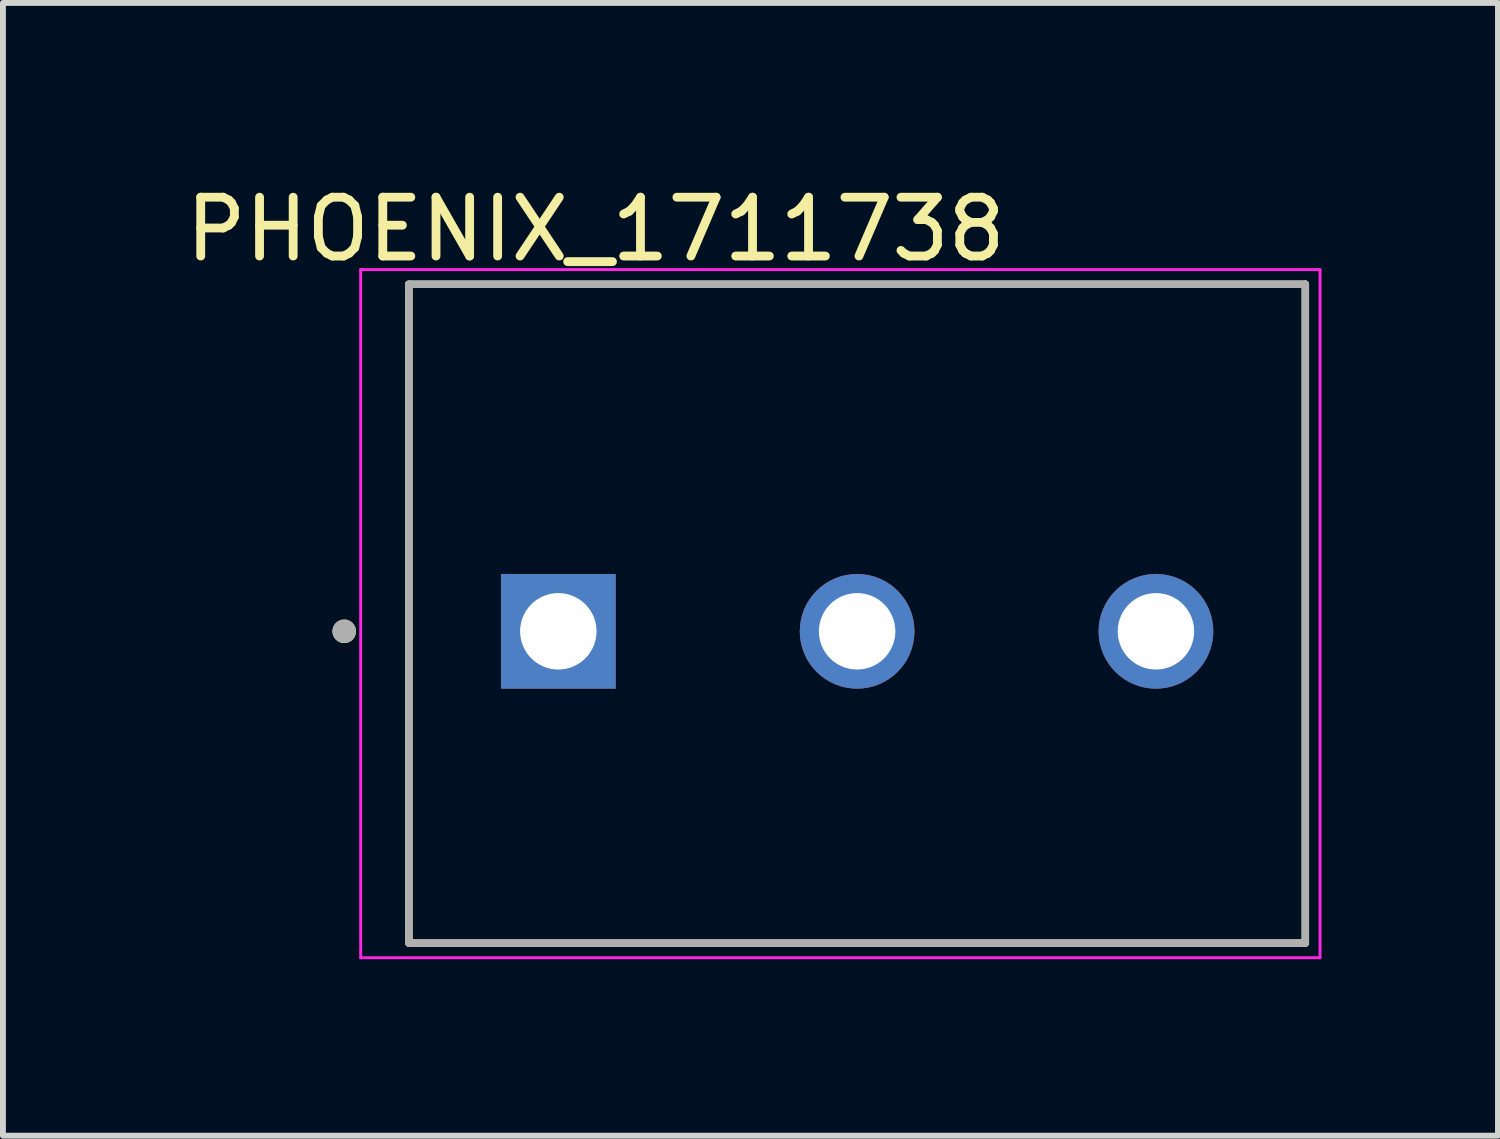
<source format=kicad_pcb>
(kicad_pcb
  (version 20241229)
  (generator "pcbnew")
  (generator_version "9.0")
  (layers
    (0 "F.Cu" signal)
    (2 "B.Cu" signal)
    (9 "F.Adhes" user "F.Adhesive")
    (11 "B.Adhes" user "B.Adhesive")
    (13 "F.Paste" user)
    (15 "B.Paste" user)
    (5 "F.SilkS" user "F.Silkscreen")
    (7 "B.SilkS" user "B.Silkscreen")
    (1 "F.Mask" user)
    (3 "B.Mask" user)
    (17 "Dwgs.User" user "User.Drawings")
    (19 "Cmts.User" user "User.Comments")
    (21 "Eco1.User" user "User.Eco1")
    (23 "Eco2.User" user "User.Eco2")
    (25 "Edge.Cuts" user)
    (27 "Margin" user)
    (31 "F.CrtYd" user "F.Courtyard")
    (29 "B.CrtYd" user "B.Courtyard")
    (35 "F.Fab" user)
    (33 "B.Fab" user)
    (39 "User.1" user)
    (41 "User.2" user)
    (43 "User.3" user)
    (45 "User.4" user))
  (footprint "PHOENIX_1711738"
    (layer "F.Cu")
    (at 3.902 12.983)
    (property "Reference" "PHOENIX_1711738" (at 3.175 -12.135 0) (layer "F.SilkS") (effects (font (size 1 1) (thickness 0.15))))
    (attr through_hole)
    (fp_line (start 0 -11.2) (end 0 0) (stroke (width 0.127) (type solid)) (layer "F.SilkS"))
    (fp_line (start 0 0) (end 15.24 0) (stroke (width 0.127) (type solid)) (layer "F.SilkS"))
    (fp_line (start 15.24 -11.2) (end 0 -11.2) (stroke (width 0.127) (type solid)) (layer "F.SilkS"))
    (fp_line (start 15.24 0) (end 15.24 -11.2) (stroke (width 0.127) (type solid)) (layer "F.SilkS"))
    (fp_circle (center -1.1 -5.3) (end -1 -5.3) (stroke (width 0.2) (type solid)) (fill no) (layer "F.SilkS"))
    (fp_line (start -0.82 -11.45) (end -0.82 0.25) (stroke (width 0.05) (type solid)) (layer "F.CrtYd"))
    (fp_line (start -0.82 0.25) (end 15.49 0.25) (stroke (width 0.05) (type solid)) (layer "F.CrtYd"))
    (fp_line (start 15.49 -11.45) (end -0.82 -11.45) (stroke (width 0.05) (type solid)) (layer "F.CrtYd"))
    (fp_line (start 15.49 0.25) (end 15.49 -11.45) (stroke (width 0.05) (type solid)) (layer "F.CrtYd"))
    (fp_line (start 0 -11.2) (end 0 0) (stroke (width 0.127) (type solid)) (layer "F.Fab"))
    (fp_line (start 0 0) (end 15.24 0) (stroke (width 0.127) (type solid)) (layer "F.Fab"))
    (fp_line (start 15.24 -11.2) (end 0 -11.2) (stroke (width 0.127) (type solid)) (layer "F.Fab"))
    (fp_line (start 15.24 0) (end 15.24 -11.2) (stroke (width 0.127) (type solid)) (layer "F.Fab"))
    (fp_circle (center -1.1 -5.3) (end -1 -5.3) (stroke (width 0.2) (type solid)) (fill no) (layer "F.Fab"))
    (pad "1" thru_hole rect (at 2.54 -5.3) (size 1.95 1.95) (drill 1.3) (layers "*.Cu" "*.Mask"))
    (pad "2" thru_hole circle (at 7.62 -5.3) (size 1.95 1.95) (drill 1.3) (layers "*.Cu" "*.Mask"))
    (pad "3" thru_hole circle (at 12.7 -5.3) (size 1.95 1.95) (drill 1.3) (layers "*.Cu" "*.Mask")))
  (gr_rect
    (start -3 -3)
    (end 22.417 16.258)
    (stroke (width 0.1) (type default))
    (fill no)
    (layer "Edge.Cuts")))
</source>
